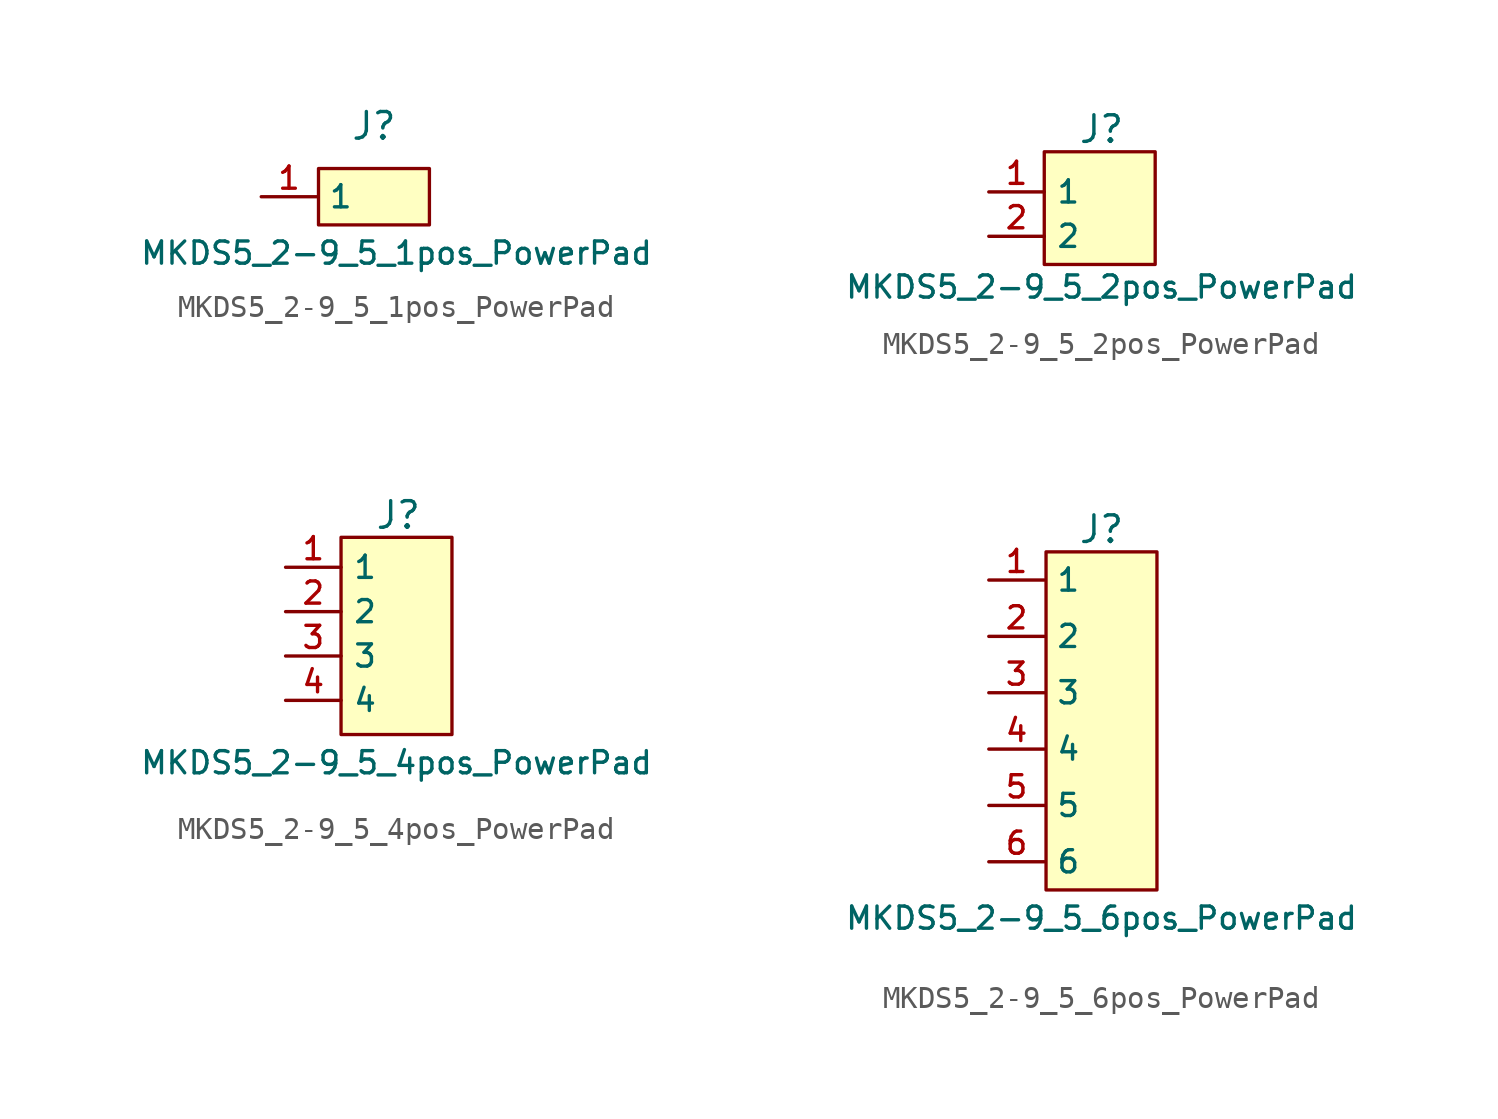
<source format=kicad_sym>
(kicad_symbol_lib
  (version 20241209)
  (generator "kicad_symbol_editor")
  (generator_version "9.0")
  (symbol "MKDS5_2-9_5_1pos_PowerPad"
    (property "Reference" "J"
      (at 0 3.19 0)
      (effects (font (size 1.2 1.2))))
    (property "Value" "MKDS5_2-9_5_1pos_PowerPad"
      (at 1.016 -2.54 0)
      (effects (font (size 1 1))))
    (symbol "MKDS5_2-9_5_1pos_PowerPad_1_1"
      (rectangle (start -2.5 1.27) (end 2.5 -1.27) (stroke (width 0.15) (type default)) (fill (type background)))
      (pin passive line (at -5.08 0 0) (length 2.5) (name "1" (effects (font (size 1 1)))) (number "1" (effects (font (size 1 1)))))))
  (symbol "MKDS5_2-9_5_2pos_PowerPad"
    (property "Reference" "J"
      (at 0 4.826 0)
      (effects (font (size 1.2 1.2))))
    (property "Value" "MKDS5_2-9_5_2pos_PowerPad"
      (at 0 -2.286 0)
      (effects (font (size 1 1))))
    (symbol "MKDS5_2-9_5_2pos_PowerPad_1_1"
      (rectangle (start -2.58 3.81) (end 2.42 -1.27) (stroke (width 0.15) (type default)) (fill (type background)))
      (pin passive line (at -5.08 2 0) (length 2.5) (name "1" (effects (font (size 1 1)))) (number "1" (effects (font (size 1 1)))))
      (pin passive line (at -5.08 0 0) (length 2.5) (name "2" (effects (font (size 1 1)))) (number "2" (effects (font (size 1 1)))))))
  (symbol "MKDS5_2-9_5_4pos_PowerPad"
    (property "Reference" "J"
      (at 0 6.35 0)
      (effects (font (size 1.2 1.2))))
    (property "Value" "MKDS5_2-9_5_4pos_PowerPad"
      (at -0.08 -4.81 0)
      (effects (font (size 1 1))))
    (symbol "MKDS5_2-9_5_4pos_PowerPad_1_1"
      (rectangle (start -2.58 5.35) (end 2.42 -3.54) (stroke (width 0.15) (type default)) (fill (type background)))
      (pin passive line (at -5.08 4 0) (length 2.5) (name "1" (effects (font (size 1 1)))) (number "1" (effects (font (size 1 1)))))
      (pin passive line (at -5.08 2 0) (length 2.5) (name "2" (effects (font (size 1 1)))) (number "2" (effects (font (size 1 1)))))
      (pin passive line (at -5.08 0 0) (length 2.5) (name "3" (effects (font (size 1 1)))) (number "3" (effects (font (size 1 1)))))
      (pin passive line (at -5.08 -2 0) (length 2.5) (name "4" (effects (font (size 1 1)))) (number "4" (effects (font (size 1 1)))))))
  (symbol "MKDS5_2-9_5_6pos_PowerPad"
    (property "Reference" "J"
      (at 0 7.366 0)
      (effects (font (size 1.2 1.2))))
    (property "Value" "MKDS5_2-9_5_6pos_PowerPad"
      (at 0 -10.16 0)
      (effects (font (size 1 1))))
    (symbol "MKDS5_2-9_5_6pos_PowerPad_1_1"
      (rectangle (start -2.5 6.35) (end 2.5 -8.89) (stroke (width 0.15) (type default)) (fill (type background)))
      (pin passive line (at -5.08 5.08 0) (length 2.5) (name "1" (effects (font (size 1 1)))) (number "1" (effects (font (size 1 1)))))
      (pin passive line (at -5.08 2.54 0) (length 2.5) (name "2" (effects (font (size 1 1)))) (number "2" (effects (font (size 1 1)))))
      (pin passive line (at -5.08 0 0) (length 2.5) (name "3" (effects (font (size 1 1)))) (number "3" (effects (font (size 1 1)))))
      (pin passive line (at -5.08 -2.54 0) (length 2.5) (name "4" (effects (font (size 1 1)))) (number "4" (effects (font (size 1 1)))))
      (pin passive line (at -5.08 -5.08 0) (length 2.5) (name "5" (effects (font (size 1 1)))) (number "5" (effects (font (size 1 1)))))
      (pin passive line (at -5.08 -7.62 0) (length 2.5) (name "6" (effects (font (size 1 1)))) (number "6" (effects (font (size 1 1))))))))
</source>
